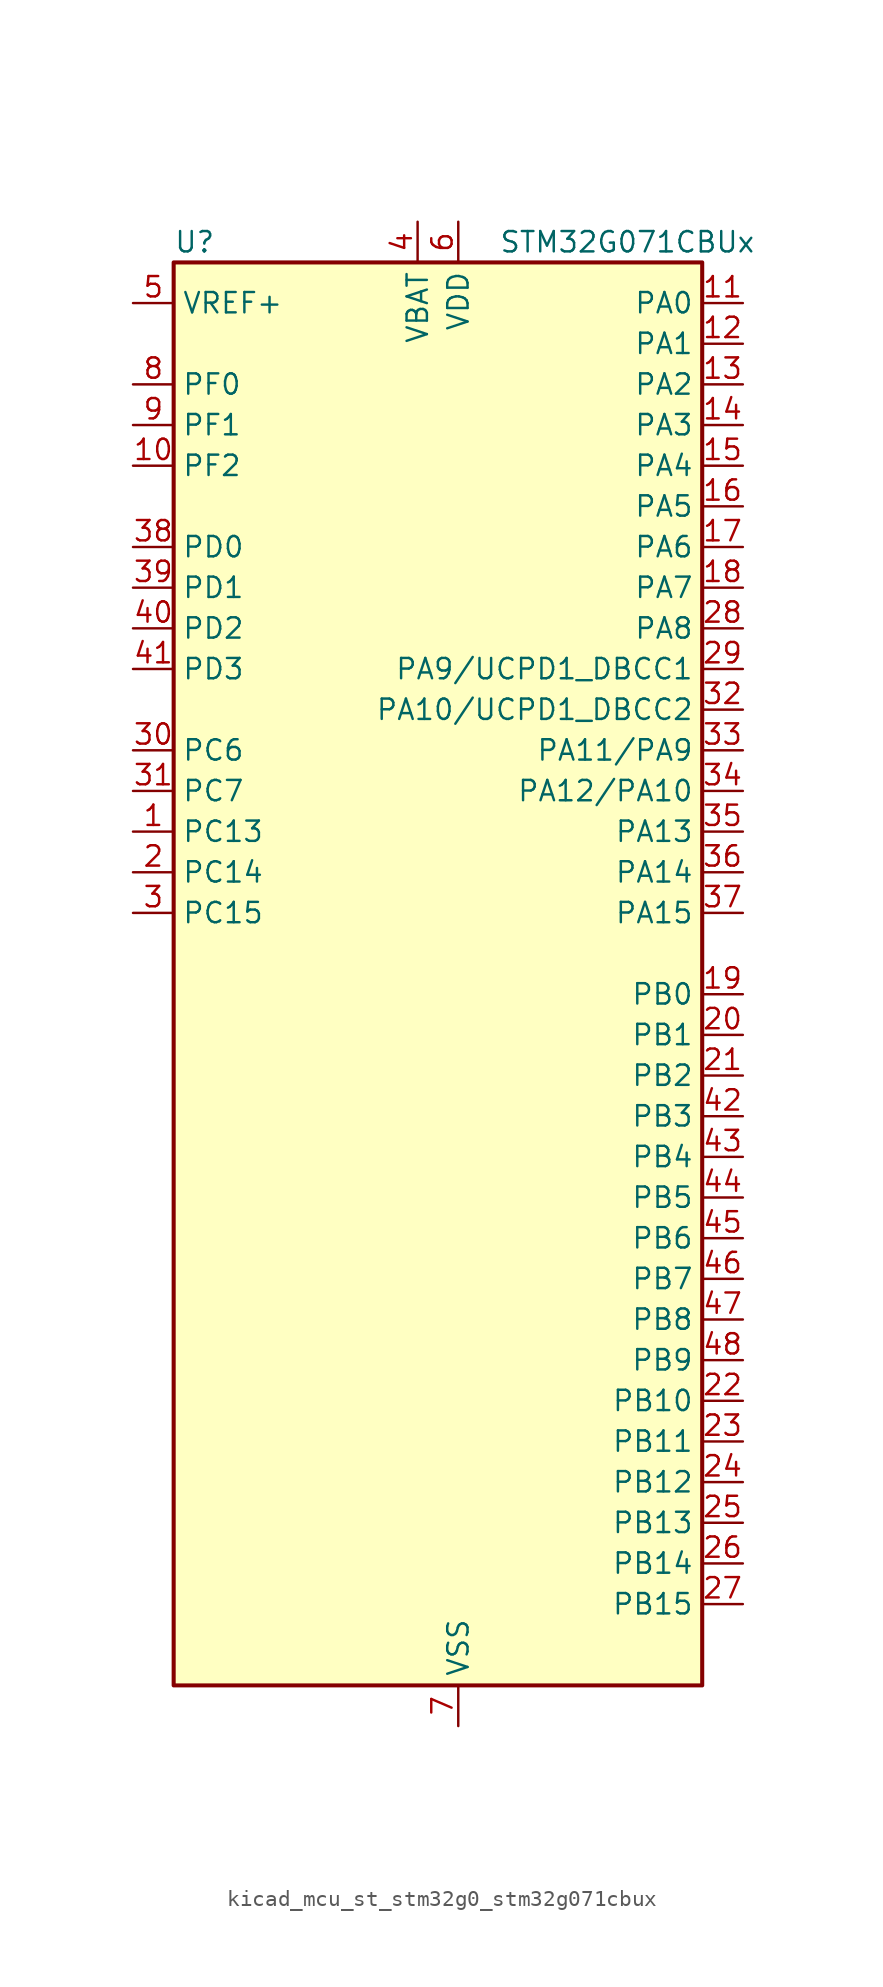
<source format=kicad_sym>
(kicad_symbol_lib
  (version 20220914)
  (generator kicad_symbol_editor)
  (symbol "kicad_mcu_st_stm32g0_stm32g071cbux"
    (property "Reference" "U"
      (at -15.24 46.99 0)
      (effects (font (size 1.27 1.27)) (justify left)))
    (property "Value" "STM32G071CBUx"
      (at 5.08 46.99 0)
      (effects (font (size 1.27 1.27)) (justify left)))
    (property "ki_locked" ""
      (at 0 0 0)
      (effects (font (size 1.27 1.27))))
    (symbol "kicad_mcu_st_stm32g0_stm32g071cbux_0_1"
      (rectangle (start -15.24 -43.18) (end 17.78 45.72) (stroke (width 0.254) (type default)) (fill (type background))))
    (symbol "kicad_mcu_st_stm32g0_stm32g071cbux_1_1"
      (pin bidirectional line (at -17.78 10.16 0) (length 2.54) (name "PC13" (effects (font (size 1.27 1.27)))) (number "1" (effects (font (size 1.27 1.27)))) (alternate "RTC_OUT_ALARM" bidirectional line) (alternate "RTC_OUT_CALIB" bidirectional line) (alternate "RTC_TAMP_IN1" bidirectional line) (alternate "RTC_TS" bidirectional line) (alternate "SYS_WKUP2" bidirectional line) (alternate "TIM1_BK" bidirectional line))
      (pin bidirectional line (at -17.78 33.02 0) (length 2.54) (name "PF2" (effects (font (size 1.27 1.27)))) (number "10" (effects (font (size 1.27 1.27)))) (alternate "RCC_MCO" bidirectional line))
      (pin bidirectional line (at 20.32 43.18 180) (length 2.54) (name "PA0" (effects (font (size 1.27 1.27)))) (number "11" (effects (font (size 1.27 1.27)))) (alternate "ADC1_IN0" bidirectional line) (alternate "COMP1_INM" bidirectional line) (alternate "COMP1_OUT" bidirectional line) (alternate "LPTIM1_OUT" bidirectional line) (alternate "RTC_TAMP_IN2" bidirectional line) (alternate "SPI2_SCK" bidirectional line) (alternate "SYS_WKUP1" bidirectional line) (alternate "TIM2_CH1" bidirectional line) (alternate "TIM2_ETR" bidirectional line) (alternate "UCPD2_FRSTX1" bidirectional line) (alternate "UCPD2_FRSTX2" bidirectional line) (alternate "USART2_CTS" bidirectional line) (alternate "USART2_NSS" bidirectional line) (alternate "USART4_TX" bidirectional line))
      (pin bidirectional line (at 20.32 40.64 180) (length 2.54) (name "PA1" (effects (font (size 1.27 1.27)))) (number "12" (effects (font (size 1.27 1.27)))) (alternate "ADC1_IN1" bidirectional line) (alternate "COMP1_INP" bidirectional line) (alternate "I2C1_SMBA" bidirectional line) (alternate "I2S1_CK" bidirectional line) (alternate "SPI1_SCK" bidirectional line) (alternate "TIM15_CH1N" bidirectional line) (alternate "TIM2_CH2" bidirectional line) (alternate "USART2_CK" bidirectional line) (alternate "USART2_DE" bidirectional line) (alternate "USART2_RTS" bidirectional line) (alternate "USART4_RX" bidirectional line))
      (pin bidirectional line (at 20.32 38.1 180) (length 2.54) (name "PA2" (effects (font (size 1.27 1.27)))) (number "13" (effects (font (size 1.27 1.27)))) (alternate "ADC1_IN2" bidirectional line) (alternate "COMP2_INM" bidirectional line) (alternate "COMP2_OUT" bidirectional line) (alternate "I2S1_SD" bidirectional line) (alternate "LPUART1_TX" bidirectional line) (alternate "RCC_LSCO" bidirectional line) (alternate "SPI1_MOSI" bidirectional line) (alternate "SYS_WKUP4" bidirectional line) (alternate "TIM15_CH1" bidirectional line) (alternate "TIM2_CH3" bidirectional line) (alternate "UCPD1_FRSTX1" bidirectional line) (alternate "UCPD1_FRSTX2" bidirectional line) (alternate "USART2_TX" bidirectional line))
      (pin bidirectional line (at 20.32 35.56 180) (length 2.54) (name "PA3" (effects (font (size 1.27 1.27)))) (number "14" (effects (font (size 1.27 1.27)))) (alternate "ADC1_IN3" bidirectional line) (alternate "COMP2_INP" bidirectional line) (alternate "LPUART1_RX" bidirectional line) (alternate "SPI2_MISO" bidirectional line) (alternate "TIM15_CH2" bidirectional line) (alternate "TIM2_CH4" bidirectional line) (alternate "UCPD2_FRSTX1" bidirectional line) (alternate "UCPD2_FRSTX2" bidirectional line) (alternate "USART2_RX" bidirectional line))
      (pin bidirectional line (at 20.32 33.02 180) (length 2.54) (name "PA4" (effects (font (size 1.27 1.27)))) (number "15" (effects (font (size 1.27 1.27)))) (alternate "ADC1_IN4" bidirectional line) (alternate "DAC1_OUT1" bidirectional line) (alternate "I2S1_WS" bidirectional line) (alternate "LPTIM2_OUT" bidirectional line) (alternate "RTC_OUT_ALARM" bidirectional line) (alternate "RTC_OUT_CALIB" bidirectional line) (alternate "SPI1_NSS" bidirectional line) (alternate "SPI2_MOSI" bidirectional line) (alternate "TIM14_CH1" bidirectional line) (alternate "UCPD2_FRSTX1" bidirectional line) (alternate "UCPD2_FRSTX2" bidirectional line))
      (pin bidirectional line (at 20.32 30.48 180) (length 2.54) (name "PA5" (effects (font (size 1.27 1.27)))) (number "16" (effects (font (size 1.27 1.27)))) (alternate "ADC1_IN5" bidirectional line) (alternate "CEC" bidirectional line) (alternate "DAC1_OUT2" bidirectional line) (alternate "I2S1_CK" bidirectional line) (alternate "LPTIM2_ETR" bidirectional line) (alternate "SPI1_SCK" bidirectional line) (alternate "TIM2_CH1" bidirectional line) (alternate "TIM2_ETR" bidirectional line) (alternate "UCPD1_FRSTX1" bidirectional line) (alternate "UCPD1_FRSTX2" bidirectional line) (alternate "USART3_TX" bidirectional line))
      (pin bidirectional line (at 20.32 27.94 180) (length 2.54) (name "PA6" (effects (font (size 1.27 1.27)))) (number "17" (effects (font (size 1.27 1.27)))) (alternate "ADC1_IN6" bidirectional line) (alternate "COMP1_OUT" bidirectional line) (alternate "I2S1_MCK" bidirectional line) (alternate "LPUART1_CTS" bidirectional line) (alternate "SPI1_MISO" bidirectional line) (alternate "TIM16_CH1" bidirectional line) (alternate "TIM1_BK" bidirectional line) (alternate "TIM3_CH1" bidirectional line) (alternate "USART3_CTS" bidirectional line) (alternate "USART3_NSS" bidirectional line))
      (pin bidirectional line (at 20.32 25.4 180) (length 2.54) (name "PA7" (effects (font (size 1.27 1.27)))) (number "18" (effects (font (size 1.27 1.27)))) (alternate "ADC1_IN7" bidirectional line) (alternate "COMP2_OUT" bidirectional line) (alternate "I2S1_SD" bidirectional line) (alternate "SPI1_MOSI" bidirectional line) (alternate "TIM14_CH1" bidirectional line) (alternate "TIM17_CH1" bidirectional line) (alternate "TIM1_CH1N" bidirectional line) (alternate "TIM3_CH2" bidirectional line) (alternate "UCPD1_FRSTX1" bidirectional line) (alternate "UCPD1_FRSTX2" bidirectional line))
      (pin bidirectional line (at 20.32 0 180) (length 2.54) (name "PB0" (effects (font (size 1.27 1.27)))) (number "19" (effects (font (size 1.27 1.27)))) (alternate "ADC1_IN8" bidirectional line) (alternate "COMP1_OUT" bidirectional line) (alternate "I2S1_WS" bidirectional line) (alternate "LPTIM1_OUT" bidirectional line) (alternate "SPI1_NSS" bidirectional line) (alternate "TIM1_CH2N" bidirectional line) (alternate "TIM3_CH3" bidirectional line) (alternate "UCPD1_FRSTX1" bidirectional line) (alternate "UCPD1_FRSTX2" bidirectional line) (alternate "USART3_RX" bidirectional line))
      (pin bidirectional line (at -17.78 7.62 0) (length 2.54) (name "PC14" (effects (font (size 1.27 1.27)))) (number "2" (effects (font (size 1.27 1.27)))) (alternate "RCC_OSC32_IN" bidirectional line) (alternate "TIM1_BK2" bidirectional line))
      (pin bidirectional line (at 20.32 -2.54 180) (length 2.54) (name "PB1" (effects (font (size 1.27 1.27)))) (number "20" (effects (font (size 1.27 1.27)))) (alternate "ADC1_IN9" bidirectional line) (alternate "COMP1_INM" bidirectional line) (alternate "LPTIM2_IN1" bidirectional line) (alternate "LPUART1_DE" bidirectional line) (alternate "LPUART1_RTS" bidirectional line) (alternate "TIM14_CH1" bidirectional line) (alternate "TIM1_CH3N" bidirectional line) (alternate "TIM3_CH4" bidirectional line) (alternate "USART3_CK" bidirectional line) (alternate "USART3_DE" bidirectional line) (alternate "USART3_RTS" bidirectional line))
      (pin bidirectional line (at 20.32 -5.08 180) (length 2.54) (name "PB2" (effects (font (size 1.27 1.27)))) (number "21" (effects (font (size 1.27 1.27)))) (alternate "ADC1_IN10" bidirectional line) (alternate "COMP1_INP" bidirectional line) (alternate "LPTIM1_OUT" bidirectional line) (alternate "SPI2_MISO" bidirectional line) (alternate "USART3_TX" bidirectional line))
      (pin bidirectional line (at 20.32 -25.4 180) (length 2.54) (name "PB10" (effects (font (size 1.27 1.27)))) (number "22" (effects (font (size 1.27 1.27)))) (alternate "ADC1_IN11" bidirectional line) (alternate "CEC" bidirectional line) (alternate "COMP1_OUT" bidirectional line) (alternate "I2C2_SCL" bidirectional line) (alternate "LPUART1_RX" bidirectional line) (alternate "SPI2_SCK" bidirectional line) (alternate "TIM2_CH3" bidirectional line) (alternate "USART3_TX" bidirectional line))
      (pin bidirectional line (at 20.32 -27.94 180) (length 2.54) (name "PB11" (effects (font (size 1.27 1.27)))) (number "23" (effects (font (size 1.27 1.27)))) (alternate "ADC1_EXTI11" bidirectional line) (alternate "ADC1_IN15" bidirectional line) (alternate "COMP2_OUT" bidirectional line) (alternate "I2C2_SDA" bidirectional line) (alternate "LPUART1_TX" bidirectional line) (alternate "SPI2_MOSI" bidirectional line) (alternate "TIM2_CH4" bidirectional line) (alternate "USART3_RX" bidirectional line))
      (pin bidirectional line (at 20.32 -30.48 180) (length 2.54) (name "PB12" (effects (font (size 1.27 1.27)))) (number "24" (effects (font (size 1.27 1.27)))) (alternate "ADC1_IN16" bidirectional line) (alternate "LPUART1_DE" bidirectional line) (alternate "LPUART1_RTS" bidirectional line) (alternate "SPI2_NSS" bidirectional line) (alternate "TIM15_BK" bidirectional line) (alternate "TIM1_BK" bidirectional line) (alternate "UCPD2_FRSTX1" bidirectional line) (alternate "UCPD2_FRSTX2" bidirectional line))
      (pin bidirectional line (at 20.32 -33.02 180) (length 2.54) (name "PB13" (effects (font (size 1.27 1.27)))) (number "25" (effects (font (size 1.27 1.27)))) (alternate "I2C2_SCL" bidirectional line) (alternate "LPUART1_CTS" bidirectional line) (alternate "SPI2_SCK" bidirectional line) (alternate "TIM15_CH1N" bidirectional line) (alternate "TIM1_CH1N" bidirectional line) (alternate "USART3_CTS" bidirectional line) (alternate "USART3_NSS" bidirectional line))
      (pin bidirectional line (at 20.32 -35.56 180) (length 2.54) (name "PB14" (effects (font (size 1.27 1.27)))) (number "26" (effects (font (size 1.27 1.27)))) (alternate "I2C2_SDA" bidirectional line) (alternate "SPI2_MISO" bidirectional line) (alternate "TIM15_CH1" bidirectional line) (alternate "TIM1_CH2N" bidirectional line) (alternate "UCPD1_FRSTX1" bidirectional line) (alternate "UCPD1_FRSTX2" bidirectional line) (alternate "USART3_CK" bidirectional line) (alternate "USART3_DE" bidirectional line) (alternate "USART3_RTS" bidirectional line))
      (pin bidirectional line (at 20.32 -38.1 180) (length 2.54) (name "PB15" (effects (font (size 1.27 1.27)))) (number "27" (effects (font (size 1.27 1.27)))) (alternate "RTC_REFIN" bidirectional line) (alternate "SPI2_MOSI" bidirectional line) (alternate "TIM15_CH1N" bidirectional line) (alternate "TIM15_CH2" bidirectional line) (alternate "TIM1_CH3N" bidirectional line) (alternate "UCPD1_CC2" bidirectional line))
      (pin bidirectional line (at 20.32 22.86 180) (length 2.54) (name "PA8" (effects (font (size 1.27 1.27)))) (number "28" (effects (font (size 1.27 1.27)))) (alternate "LPTIM2_OUT" bidirectional line) (alternate "RCC_MCO" bidirectional line) (alternate "SPI2_NSS" bidirectional line) (alternate "TIM1_CH1" bidirectional line) (alternate "UCPD1_CC1" bidirectional line))
      (pin bidirectional line (at 20.32 20.32 180) (length 2.54) (name "PA9/UCPD1_DBCC1" (effects (font (size 1.27 1.27)))) (number "29" (effects (font (size 1.27 1.27)))) (alternate "DAC1_EXTI9" bidirectional line) (alternate "I2C1_SCL" bidirectional line) (alternate "RCC_MCO" bidirectional line) (alternate "SPI2_MISO" bidirectional line) (alternate "TIM15_BK" bidirectional line) (alternate "TIM1_CH2" bidirectional line) (alternate "UCPD1_DBCC1" bidirectional line) (alternate "USART1_TX" bidirectional line))
      (pin bidirectional line (at -17.78 5.08 0) (length 2.54) (name "PC15" (effects (font (size 1.27 1.27)))) (number "3" (effects (font (size 1.27 1.27)))) (alternate "RCC_OSC32_EN" bidirectional line) (alternate "RCC_OSC32_OUT" bidirectional line) (alternate "RCC_OSC_EN" bidirectional line) (alternate "TIM15_BK" bidirectional line))
      (pin bidirectional line (at -17.78 15.24 0) (length 2.54) (name "PC6" (effects (font (size 1.27 1.27)))) (number "30" (effects (font (size 1.27 1.27)))) (alternate "TIM2_CH3" bidirectional line) (alternate "TIM3_CH1" bidirectional line) (alternate "UCPD1_FRSTX1" bidirectional line) (alternate "UCPD1_FRSTX2" bidirectional line))
      (pin bidirectional line (at -17.78 12.7 0) (length 2.54) (name "PC7" (effects (font (size 1.27 1.27)))) (number "31" (effects (font (size 1.27 1.27)))) (alternate "TIM2_CH4" bidirectional line) (alternate "TIM3_CH2" bidirectional line) (alternate "UCPD2_FRSTX1" bidirectional line) (alternate "UCPD2_FRSTX2" bidirectional line))
      (pin bidirectional line (at 20.32 17.78 180) (length 2.54) (name "PA10/UCPD1_DBCC2" (effects (font (size 1.27 1.27)))) (number "32" (effects (font (size 1.27 1.27)))) (alternate "I2C1_SDA" bidirectional line) (alternate "SPI2_MOSI" bidirectional line) (alternate "TIM17_BK" bidirectional line) (alternate "TIM1_CH3" bidirectional line) (alternate "UCPD1_DBCC2" bidirectional line) (alternate "USART1_RX" bidirectional line))
      (pin bidirectional line (at 20.32 15.24 180) (length 2.54) (name "PA11/PA9" (effects (font (size 1.27 1.27)))) (number "33" (effects (font (size 1.27 1.27)))) (alternate "ADC1_EXTI11" bidirectional line) (alternate "COMP1_OUT" bidirectional line) (alternate "I2C2_SCL" bidirectional line) (alternate "I2S1_MCK" bidirectional line) (alternate "SPI1_MISO" bidirectional line) (alternate "TIM1_BK2" bidirectional line) (alternate "TIM1_CH4" bidirectional line) (alternate "USART1_CTS" bidirectional line) (alternate "USART1_NSS" bidirectional line))
      (pin bidirectional line (at 20.32 12.7 180) (length 2.54) (name "PA12/PA10" (effects (font (size 1.27 1.27)))) (number "34" (effects (font (size 1.27 1.27)))) (alternate "COMP2_OUT" bidirectional line) (alternate "I2C2_SDA" bidirectional line) (alternate "I2S1_SD" bidirectional line) (alternate "I2S_CKIN" bidirectional line) (alternate "SPI1_MOSI" bidirectional line) (alternate "TIM1_ETR" bidirectional line) (alternate "USART1_CK" bidirectional line) (alternate "USART1_DE" bidirectional line) (alternate "USART1_RTS" bidirectional line))
      (pin bidirectional line (at 20.32 10.16 180) (length 2.54) (name "PA13" (effects (font (size 1.27 1.27)))) (number "35" (effects (font (size 1.27 1.27)))) (alternate "IR_OUT" bidirectional line) (alternate "SYS_SWDIO" bidirectional line))
      (pin bidirectional line (at 20.32 7.62 180) (length 2.54) (name "PA14" (effects (font (size 1.27 1.27)))) (number "36" (effects (font (size 1.27 1.27)))) (alternate "SYS_SWCLK" bidirectional line) (alternate "USART2_TX" bidirectional line))
      (pin bidirectional line (at 20.32 5.08 180) (length 2.54) (name "PA15" (effects (font (size 1.27 1.27)))) (number "37" (effects (font (size 1.27 1.27)))) (alternate "I2S1_WS" bidirectional line) (alternate "SPI1_NSS" bidirectional line) (alternate "TIM2_CH1" bidirectional line) (alternate "TIM2_ETR" bidirectional line) (alternate "USART2_RX" bidirectional line) (alternate "USART3_CK" bidirectional line) (alternate "USART3_DE" bidirectional line) (alternate "USART3_RTS" bidirectional line) (alternate "USART4_CK" bidirectional line) (alternate "USART4_DE" bidirectional line) (alternate "USART4_RTS" bidirectional line))
      (pin bidirectional line (at -17.78 27.94 0) (length 2.54) (name "PD0" (effects (font (size 1.27 1.27)))) (number "38" (effects (font (size 1.27 1.27)))) (alternate "SPI2_NSS" bidirectional line) (alternate "TIM16_CH1" bidirectional line) (alternate "UCPD2_CC1" bidirectional line))
      (pin bidirectional line (at -17.78 25.4 0) (length 2.54) (name "PD1" (effects (font (size 1.27 1.27)))) (number "39" (effects (font (size 1.27 1.27)))) (alternate "SPI2_SCK" bidirectional line) (alternate "TIM17_CH1" bidirectional line) (alternate "UCPD2_DBCC1" bidirectional line))
      (pin power_in line (at 0 48.26 270) (length 2.54) (name "VBAT" (effects (font (size 1.27 1.27)))) (number "4" (effects (font (size 1.27 1.27)))))
      (pin bidirectional line (at -17.78 22.86 0) (length 2.54) (name "PD2" (effects (font (size 1.27 1.27)))) (number "40" (effects (font (size 1.27 1.27)))) (alternate "TIM1_CH1N" bidirectional line) (alternate "TIM3_ETR" bidirectional line) (alternate "UCPD2_CC2" bidirectional line) (alternate "USART3_CK" bidirectional line) (alternate "USART3_DE" bidirectional line) (alternate "USART3_RTS" bidirectional line))
      (pin bidirectional line (at -17.78 20.32 0) (length 2.54) (name "PD3" (effects (font (size 1.27 1.27)))) (number "41" (effects (font (size 1.27 1.27)))) (alternate "SPI2_MISO" bidirectional line) (alternate "TIM1_CH2N" bidirectional line) (alternate "UCPD2_DBCC2" bidirectional line) (alternate "USART2_CTS" bidirectional line) (alternate "USART2_NSS" bidirectional line))
      (pin bidirectional line (at 20.32 -7.62 180) (length 2.54) (name "PB3" (effects (font (size 1.27 1.27)))) (number "42" (effects (font (size 1.27 1.27)))) (alternate "COMP2_INM" bidirectional line) (alternate "I2S1_CK" bidirectional line) (alternate "SPI1_SCK" bidirectional line) (alternate "TIM1_CH2" bidirectional line) (alternate "TIM2_CH2" bidirectional line) (alternate "USART1_CK" bidirectional line) (alternate "USART1_DE" bidirectional line) (alternate "USART1_RTS" bidirectional line))
      (pin bidirectional line (at 20.32 -10.16 180) (length 2.54) (name "PB4" (effects (font (size 1.27 1.27)))) (number "43" (effects (font (size 1.27 1.27)))) (alternate "COMP2_INP" bidirectional line) (alternate "I2S1_MCK" bidirectional line) (alternate "SPI1_MISO" bidirectional line) (alternate "TIM17_BK" bidirectional line) (alternate "TIM3_CH1" bidirectional line) (alternate "USART1_CTS" bidirectional line) (alternate "USART1_NSS" bidirectional line))
      (pin bidirectional line (at 20.32 -12.7 180) (length 2.54) (name "PB5" (effects (font (size 1.27 1.27)))) (number "44" (effects (font (size 1.27 1.27)))) (alternate "COMP2_OUT" bidirectional line) (alternate "I2C1_SMBA" bidirectional line) (alternate "I2S1_SD" bidirectional line) (alternate "LPTIM1_IN1" bidirectional line) (alternate "SPI1_MOSI" bidirectional line) (alternate "SYS_WKUP6" bidirectional line) (alternate "TIM16_BK" bidirectional line) (alternate "TIM3_CH2" bidirectional line))
      (pin bidirectional line (at 20.32 -15.24 180) (length 2.54) (name "PB6" (effects (font (size 1.27 1.27)))) (number "45" (effects (font (size 1.27 1.27)))) (alternate "COMP2_INP" bidirectional line) (alternate "I2C1_SCL" bidirectional line) (alternate "LPTIM1_ETR" bidirectional line) (alternate "SPI2_MISO" bidirectional line) (alternate "TIM16_CH1N" bidirectional line) (alternate "TIM1_CH3" bidirectional line) (alternate "USART1_TX" bidirectional line))
      (pin bidirectional line (at 20.32 -17.78 180) (length 2.54) (name "PB7" (effects (font (size 1.27 1.27)))) (number "46" (effects (font (size 1.27 1.27)))) (alternate "COMP2_INM" bidirectional line) (alternate "I2C1_SDA" bidirectional line) (alternate "LPTIM1_IN2" bidirectional line) (alternate "SPI2_MOSI" bidirectional line) (alternate "SYS_PVD_IN" bidirectional line) (alternate "TIM17_CH1N" bidirectional line) (alternate "USART1_RX" bidirectional line) (alternate "USART4_CTS" bidirectional line) (alternate "USART4_NSS" bidirectional line))
      (pin bidirectional line (at 20.32 -20.32 180) (length 2.54) (name "PB8" (effects (font (size 1.27 1.27)))) (number "47" (effects (font (size 1.27 1.27)))) (alternate "CEC" bidirectional line) (alternate "I2C1_SCL" bidirectional line) (alternate "SPI2_SCK" bidirectional line) (alternate "TIM15_BK" bidirectional line) (alternate "TIM16_CH1" bidirectional line) (alternate "USART3_TX" bidirectional line))
      (pin bidirectional line (at 20.32 -22.86 180) (length 2.54) (name "PB9" (effects (font (size 1.27 1.27)))) (number "48" (effects (font (size 1.27 1.27)))) (alternate "DAC1_EXTI9" bidirectional line) (alternate "I2C1_SDA" bidirectional line) (alternate "IR_OUT" bidirectional line) (alternate "SPI2_NSS" bidirectional line) (alternate "TIM17_CH1" bidirectional line) (alternate "UCPD2_FRSTX1" bidirectional line) (alternate "UCPD2_FRSTX2" bidirectional line) (alternate "USART3_RX" bidirectional line))
      (pin passive line (at 2.54 -45.72 90) (length 2.54) hide (name "VSS" (effects (font (size 1.27 1.27)))) (number "49" (effects (font (size 1.27 1.27)))))
      (pin input line (at -17.78 43.18 0) (length 2.54) (name "VREF+" (effects (font (size 1.27 1.27)))) (number "5" (effects (font (size 1.27 1.27)))) (alternate "VREFBUF_OUT" bidirectional line))
      (pin power_in line (at 2.54 48.26 270) (length 2.54) (name "VDD" (effects (font (size 1.27 1.27)))) (number "6" (effects (font (size 1.27 1.27)))))
      (pin power_in line (at 2.54 -45.72 90) (length 2.54) (name "VSS" (effects (font (size 1.27 1.27)))) (number "7" (effects (font (size 1.27 1.27)))))
      (pin bidirectional line (at -17.78 38.1 0) (length 2.54) (name "PF0" (effects (font (size 1.27 1.27)))) (number "8" (effects (font (size 1.27 1.27)))) (alternate "RCC_OSC_IN" bidirectional line) (alternate "TIM14_CH1" bidirectional line))
      (pin bidirectional line (at -17.78 35.56 0) (length 2.54) (name "PF1" (effects (font (size 1.27 1.27)))) (number "9" (effects (font (size 1.27 1.27)))) (alternate "RCC_OSC_EN" bidirectional line) (alternate "RCC_OSC_OUT" bidirectional line) (alternate "TIM15_CH1N" bidirectional line)))))
</source>
